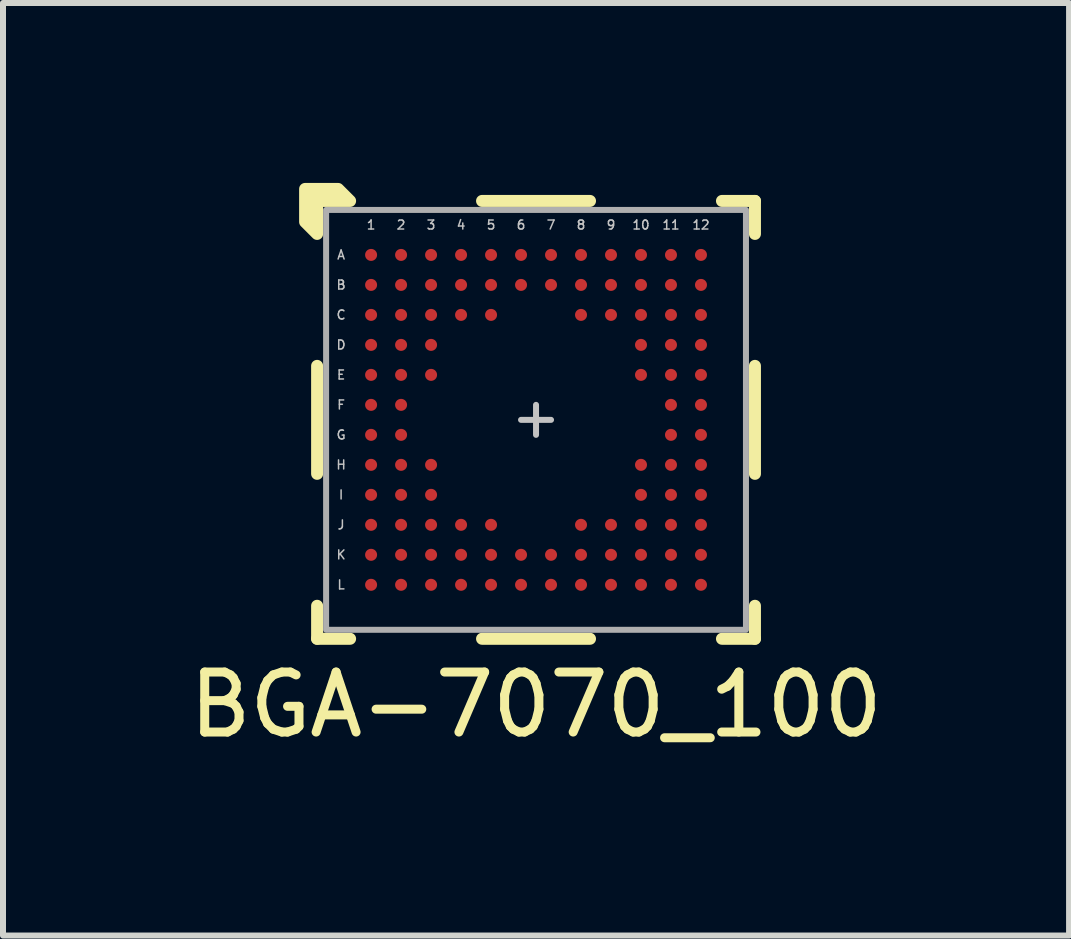
<source format=kicad_pcb>
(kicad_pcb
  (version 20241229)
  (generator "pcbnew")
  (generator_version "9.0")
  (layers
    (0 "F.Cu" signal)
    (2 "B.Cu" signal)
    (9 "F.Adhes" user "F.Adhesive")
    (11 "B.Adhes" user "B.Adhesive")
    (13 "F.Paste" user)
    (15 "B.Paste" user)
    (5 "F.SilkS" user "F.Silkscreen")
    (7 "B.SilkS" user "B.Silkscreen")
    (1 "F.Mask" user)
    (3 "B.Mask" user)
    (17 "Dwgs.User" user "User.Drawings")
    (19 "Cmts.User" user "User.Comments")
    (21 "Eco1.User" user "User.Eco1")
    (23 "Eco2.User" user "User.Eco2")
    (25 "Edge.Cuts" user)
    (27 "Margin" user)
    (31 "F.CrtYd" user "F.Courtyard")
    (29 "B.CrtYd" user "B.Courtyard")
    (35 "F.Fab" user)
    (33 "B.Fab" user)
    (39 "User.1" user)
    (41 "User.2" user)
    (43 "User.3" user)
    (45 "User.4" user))
  (footprint "BGA-7070_100"
    (layer "F.Cu")
    (at 5.887 3.95)
    (property "Reference" "BGA-7070_100" (at 0 4.75 0) (unlocked yes) (layer "F.SilkS") (effects (font (size 1 1) (thickness 0.15))))
    (attr smd)
    (fp_line (start -3.65 -0.9) (end -3.65 0.9) (stroke (width 0.2) (type solid)) (layer "F.SilkS"))
    (fp_line (start -3.65 3.1) (end -3.65 3.65) (stroke (width 0.2) (type solid)) (layer "F.SilkS"))
    (fp_line (start -3.65 3.65) (end -3.1 3.65) (stroke (width 0.2) (type solid)) (layer "F.SilkS"))
    (fp_line (start -0.9 3.65) (end 0.9 3.65) (stroke (width 0.2) (type solid)) (layer "F.SilkS"))
    (fp_line (start 0.9 -3.65) (end -0.9 -3.65) (stroke (width 0.2) (type solid)) (layer "F.SilkS"))
    (fp_line (start 3.1 3.65) (end 3.65 3.65) (stroke (width 0.2) (type solid)) (layer "F.SilkS"))
    (fp_line (start 3.65 -3.65) (end 3.1 -3.65) (stroke (width 0.2) (type solid)) (layer "F.SilkS"))
    (fp_line (start 3.65 -3.1) (end 3.65 -3.65) (stroke (width 0.2) (type solid)) (layer "F.SilkS"))
    (fp_line (start 3.65 0.9) (end 3.65 -0.9) (stroke (width 0.2) (type solid)) (layer "F.SilkS"))
    (fp_line (start 3.65 3.65) (end 3.65 3.1) (stroke (width 0.2) (type solid)) (layer "F.SilkS"))
    (fp_poly (pts (xy -3.1 -3.65) (xy -3.65 -3.65) (xy -3.65 -3.1) (xy -3.85 -3.3) (xy -3.85 -3.85) (xy -3.3 -3.85)) (stroke (width 0.2) (type solid)) (fill yes) (layer "F.SilkS"))
    (fp_line (start -0.25 0) (end 0.25 0) (stroke (width 0.1) (type solid)) (layer "Dwgs.User"))
    (fp_line (start 0 -0.25) (end 0 0.25) (stroke (width 0.1) (type solid)) (layer "Dwgs.User"))
    (fp_rect (start -3.5 -3.5) (end 3.5 3.5) (stroke (width 0.1) (type solid)) (fill no) (layer "F.Fab"))
    (fp_text user "6" (at -0.25 -3.25 0) (unlocked yes) (layer "Dwgs.User") (effects (font (size 0.15 0.15) (thickness 0.025))))
    (fp_text user "A" (at -3.25 -2.75 0) (unlocked yes) (layer "Dwgs.User") (effects (font (size 0.15 0.15) (thickness 0.025))))
    (fp_text user "C" (at -3.25 -1.75 0) (unlocked yes) (layer "Dwgs.User") (effects (font (size 0.15 0.15) (thickness 0.025))))
    (fp_text user "2" (at -2.25 -3.25 0) (unlocked yes) (layer "Dwgs.User") (effects (font (size 0.15 0.15) (thickness 0.025))))
    (fp_text user "D" (at -3.25 -1.25 0) (unlocked yes) (layer "Dwgs.User") (effects (font (size 0.15 0.15) (thickness 0.025))))
    (fp_text user "7" (at 0.25 -3.25 0) (unlocked yes) (layer "Dwgs.User") (effects (font (size 0.15 0.15) (thickness 0.025))))
    (fp_text user "1" (at -2.75 -3.25 0) (unlocked yes) (layer "Dwgs.User") (effects (font (size 0.15 0.15) (thickness 0.025))))
    (fp_text user "5" (at -0.75 -3.25 0) (unlocked yes) (layer "Dwgs.User") (effects (font (size 0.15 0.15) (thickness 0.025))))
    (fp_text user "4" (at -1.25 -3.25 0) (unlocked yes) (layer "Dwgs.User") (effects (font (size 0.15 0.15) (thickness 0.025))))
    (fp_text user "K" (at -3.25 2.25 0) (unlocked yes) (layer "Dwgs.User") (effects (font (size 0.15 0.15) (thickness 0.025))))
    (fp_text user "E" (at -3.25 -0.75 0) (unlocked yes) (layer "Dwgs.User") (effects (font (size 0.15 0.15) (thickness 0.025))))
    (fp_text user "B" (at -3.25 -2.25 0) (unlocked yes) (layer "Dwgs.User") (effects (font (size 0.15 0.15) (thickness 0.025))))
    (fp_text user "3" (at -1.75 -3.25 0) (unlocked yes) (layer "Dwgs.User") (effects (font (size 0.15 0.15) (thickness 0.025))))
    (fp_text user "L" (at -3.25 2.75 0) (unlocked yes) (layer "Dwgs.User") (effects (font (size 0.15 0.15) (thickness 0.025))))
    (fp_text user "G" (at -3.25 0.25 0) (unlocked yes) (layer "Dwgs.User") (effects (font (size 0.15 0.15) (thickness 0.025))))
    (fp_text user "I" (at -3.25 1.25 0) (unlocked yes) (layer "Dwgs.User") (effects (font (size 0.15 0.15) (thickness 0.025))))
    (fp_text user "10" (at 1.75 -3.25 0) (unlocked yes) (layer "Dwgs.User") (effects (font (size 0.15 0.15) (thickness 0.025))))
    (fp_text user "H" (at -3.25 0.75 0) (unlocked yes) (layer "Dwgs.User") (effects (font (size 0.15 0.15) (thickness 0.025))))
    (fp_text user "9" (at 1.25 -3.25 0) (unlocked yes) (layer "Dwgs.User") (effects (font (size 0.15 0.15) (thickness 0.025))))
    (fp_text user "11" (at 2.25 -3.25 0) (unlocked yes) (layer "Dwgs.User") (effects (font (size 0.15 0.15) (thickness 0.025))))
    (fp_text user "J" (at -3.25 1.75 0) (unlocked yes) (layer "Dwgs.User") (effects (font (size 0.15 0.15) (thickness 0.025))))
    (fp_text user "8" (at 0.75 -3.25 0) (unlocked yes) (layer "Dwgs.User") (effects (font (size 0.15 0.15) (thickness 0.025))))
    (fp_text user "12" (at 2.75 -3.25 0) (unlocked yes) (layer "Dwgs.User") (effects (font (size 0.15 0.15) (thickness 0.025))))
    (fp_text user "F" (at -3.25 -0.25 0) (unlocked yes) (layer "Dwgs.User") (effects (font (size 0.15 0.15) (thickness 0.025))))
    (pad "A1" smd circle (at -2.75 -2.75) (size 0.2 0.2) (layers "F.Cu" "F.Mask" "F.Paste"))
    (pad "A2" smd circle (at -2.25 -2.75) (size 0.2 0.2) (layers "F.Cu" "F.Mask" "F.Paste"))
    (pad "A3" smd circle (at -1.75 -2.75) (size 0.2 0.2) (layers "F.Cu" "F.Mask" "F.Paste"))
    (pad "A4" smd circle (at -1.25 -2.75) (size 0.2 0.2) (layers "F.Cu" "F.Mask" "F.Paste"))
    (pad "A5" smd circle (at -0.75 -2.75) (size 0.2 0.2) (layers "F.Cu" "F.Mask" "F.Paste"))
    (pad "A6" smd circle (at -0.25 -2.75) (size 0.2 0.2) (layers "F.Cu" "F.Mask" "F.Paste"))
    (pad "A7" smd circle (at 0.25 -2.75) (size 0.2 0.2) (layers "F.Cu" "F.Mask" "F.Paste"))
    (pad "A8" smd circle (at 0.75 -2.75) (size 0.2 0.2) (layers "F.Cu" "F.Mask" "F.Paste"))
    (pad "A9" smd circle (at 1.25 -2.75) (size 0.2 0.2) (layers "F.Cu" "F.Mask" "F.Paste"))
    (pad "A10" smd circle (at 1.75 -2.75) (size 0.2 0.2) (layers "F.Cu" "F.Mask" "F.Paste"))
    (pad "A11" smd circle (at 2.25 -2.75) (size 0.2 0.2) (layers "F.Cu" "F.Mask" "F.Paste"))
    (pad "A12" smd circle (at 2.75 -2.75) (size 0.2 0.2) (layers "F.Cu" "F.Mask" "F.Paste"))
    (pad "B1" smd circle (at -2.75 -2.25) (size 0.2 0.2) (layers "F.Cu" "F.Mask" "F.Paste"))
    (pad "B2" smd circle (at -2.25 -2.25) (size 0.2 0.2) (layers "F.Cu" "F.Mask" "F.Paste"))
    (pad "B3" smd circle (at -1.75 -2.25) (size 0.2 0.2) (layers "F.Cu" "F.Mask" "F.Paste"))
    (pad "B4" smd circle (at -1.25 -2.25) (size 0.2 0.2) (layers "F.Cu" "F.Mask" "F.Paste"))
    (pad "B5" smd circle (at -0.75 -2.25) (size 0.2 0.2) (layers "F.Cu" "F.Mask" "F.Paste"))
    (pad "B6" smd circle (at -0.25 -2.25) (size 0.2 0.2) (layers "F.Cu" "F.Mask" "F.Paste"))
    (pad "B7" smd circle (at 0.25 -2.25) (size 0.2 0.2) (layers "F.Cu" "F.Mask" "F.Paste"))
    (pad "B8" smd circle (at 0.75 -2.25) (size 0.2 0.2) (layers "F.Cu" "F.Mask" "F.Paste"))
    (pad "B9" smd circle (at 1.25 -2.25) (size 0.2 0.2) (layers "F.Cu" "F.Mask" "F.Paste"))
    (pad "B10" smd circle (at 1.75 -2.25) (size 0.2 0.2) (layers "F.Cu" "F.Mask" "F.Paste"))
    (pad "B11" smd circle (at 2.25 -2.25) (size 0.2 0.2) (layers "F.Cu" "F.Mask" "F.Paste"))
    (pad "B12" smd circle (at 2.75 -2.25) (size 0.2 0.2) (layers "F.Cu" "F.Mask" "F.Paste"))
    (pad "C1" smd circle (at -2.75 -1.75) (size 0.2 0.2) (layers "F.Cu" "F.Mask" "F.Paste"))
    (pad "C2" smd circle (at -2.25 -1.75) (size 0.2 0.2) (layers "F.Cu" "F.Mask" "F.Paste"))
    (pad "C3" smd circle (at -1.75 -1.75) (size 0.2 0.2) (layers "F.Cu" "F.Mask" "F.Paste"))
    (pad "C4" smd circle (at -1.25 -1.75) (size 0.2 0.2) (layers "F.Cu" "F.Mask" "F.Paste"))
    (pad "C5" smd circle (at -0.75 -1.75) (size 0.2 0.2) (layers "F.Cu" "F.Mask" "F.Paste"))
    (pad "C8" smd circle (at 0.75 -1.75) (size 0.2 0.2) (layers "F.Cu" "F.Mask" "F.Paste"))
    (pad "C9" smd circle (at 1.25 -1.75) (size 0.2 0.2) (layers "F.Cu" "F.Mask" "F.Paste"))
    (pad "C10" smd circle (at 1.75 -1.75) (size 0.2 0.2) (layers "F.Cu" "F.Mask" "F.Paste"))
    (pad "C11" smd circle (at 2.25 -1.75) (size 0.2 0.2) (layers "F.Cu" "F.Mask" "F.Paste"))
    (pad "C12" smd circle (at 2.75 -1.75) (size 0.2 0.2) (layers "F.Cu" "F.Mask" "F.Paste"))
    (pad "D1" smd circle (at -2.75 -1.25) (size 0.2 0.2) (layers "F.Cu" "F.Mask" "F.Paste"))
    (pad "D2" smd circle (at -2.25 -1.25) (size 0.2 0.2) (layers "F.Cu" "F.Mask" "F.Paste"))
    (pad "D3" smd circle (at -1.75 -1.25) (size 0.2 0.2) (layers "F.Cu" "F.Mask" "F.Paste"))
    (pad "D10" smd circle (at 1.75 -1.25) (size 0.2 0.2) (layers "F.Cu" "F.Mask" "F.Paste"))
    (pad "D11" smd circle (at 2.25 -1.25) (size 0.2 0.2) (layers "F.Cu" "F.Mask" "F.Paste"))
    (pad "D12" smd circle (at 2.75 -1.25) (size 0.2 0.2) (layers "F.Cu" "F.Mask" "F.Paste"))
    (pad "E1" smd circle (at -2.75 -0.75) (size 0.2 0.2) (layers "F.Cu" "F.Mask" "F.Paste"))
    (pad "E2" smd circle (at -2.25 -0.75) (size 0.2 0.2) (layers "F.Cu" "F.Mask" "F.Paste"))
    (pad "E3" smd circle (at -1.75 -0.75) (size 0.2 0.2) (layers "F.Cu" "F.Mask" "F.Paste"))
    (pad "E10" smd circle (at 1.75 -0.75) (size 0.2 0.2) (layers "F.Cu" "F.Mask" "F.Paste"))
    (pad "E11" smd circle (at 2.25 -0.75) (size 0.2 0.2) (layers "F.Cu" "F.Mask" "F.Paste"))
    (pad "E12" smd circle (at 2.75 -0.75) (size 0.2 0.2) (layers "F.Cu" "F.Mask" "F.Paste"))
    (pad "F1" smd circle (at -2.75 -0.25) (size 0.2 0.2) (layers "F.Cu" "F.Mask" "F.Paste"))
    (pad "F2" smd circle (at -2.25 -0.25) (size 0.2 0.2) (layers "F.Cu" "F.Mask" "F.Paste"))
    (pad "F11" smd circle (at 2.25 -0.25) (size 0.2 0.2) (layers "F.Cu" "F.Mask" "F.Paste"))
    (pad "F12" smd circle (at 2.75 -0.25) (size 0.2 0.2) (layers "F.Cu" "F.Mask" "F.Paste"))
    (pad "G1" smd circle (at -2.75 0.25) (size 0.2 0.2) (layers "F.Cu" "F.Mask" "F.Paste"))
    (pad "G2" smd circle (at -2.25 0.25) (size 0.2 0.2) (layers "F.Cu" "F.Mask" "F.Paste"))
    (pad "G11" smd circle (at 2.25 0.25) (size 0.2 0.2) (layers "F.Cu" "F.Mask" "F.Paste"))
    (pad "G12" smd circle (at 2.75 0.25) (size 0.2 0.2) (layers "F.Cu" "F.Mask" "F.Paste"))
    (pad "H1" smd circle (at -2.75 0.75) (size 0.2 0.2) (layers "F.Cu" "F.Mask" "F.Paste"))
    (pad "H2" smd circle (at -2.25 0.75) (size 0.2 0.2) (layers "F.Cu" "F.Mask" "F.Paste"))
    (pad "H3" smd circle (at -1.75 0.75) (size 0.2 0.2) (layers "F.Cu" "F.Mask" "F.Paste"))
    (pad "H10" smd circle (at 1.75 0.75) (size 0.2 0.2) (layers "F.Cu" "F.Mask" "F.Paste"))
    (pad "H11" smd circle (at 2.25 0.75) (size 0.2 0.2) (layers "F.Cu" "F.Mask" "F.Paste"))
    (pad "H12" smd circle (at 2.75 0.75) (size 0.2 0.2) (layers "F.Cu" "F.Mask" "F.Paste"))
    (pad "I1" smd circle (at -2.75 1.25) (size 0.2 0.2) (layers "F.Cu" "F.Mask" "F.Paste"))
    (pad "I2" smd circle (at -2.25 1.25) (size 0.2 0.2) (layers "F.Cu" "F.Mask" "F.Paste"))
    (pad "I3" smd circle (at -1.75 1.25) (size 0.2 0.2) (layers "F.Cu" "F.Mask" "F.Paste"))
    (pad "I10" smd circle (at 1.75 1.25) (size 0.2 0.2) (layers "F.Cu" "F.Mask" "F.Paste"))
    (pad "I11" smd circle (at 2.25 1.25) (size 0.2 0.2) (layers "F.Cu" "F.Mask" "F.Paste"))
    (pad "I12" smd circle (at 2.75 1.25) (size 0.2 0.2) (layers "F.Cu" "F.Mask" "F.Paste"))
    (pad "J1" smd circle (at -2.75 1.75) (size 0.2 0.2) (layers "F.Cu" "F.Mask" "F.Paste"))
    (pad "J2" smd circle (at -2.25 1.75) (size 0.2 0.2) (layers "F.Cu" "F.Mask" "F.Paste"))
    (pad "J3" smd circle (at -1.75 1.75) (size 0.2 0.2) (layers "F.Cu" "F.Mask" "F.Paste"))
    (pad "J4" smd circle (at -1.25 1.75) (size 0.2 0.2) (layers "F.Cu" "F.Mask" "F.Paste"))
    (pad "J5" smd circle (at -0.75 1.75) (size 0.2 0.2) (layers "F.Cu" "F.Mask" "F.Paste"))
    (pad "J8" smd circle (at 0.75 1.75) (size 0.2 0.2) (layers "F.Cu" "F.Mask" "F.Paste"))
    (pad "J9" smd circle (at 1.25 1.75) (size 0.2 0.2) (layers "F.Cu" "F.Mask" "F.Paste"))
    (pad "J10" smd circle (at 1.75 1.75) (size 0.2 0.2) (layers "F.Cu" "F.Mask" "F.Paste"))
    (pad "J11" smd circle (at 2.25 1.75) (size 0.2 0.2) (layers "F.Cu" "F.Mask" "F.Paste"))
    (pad "J12" smd circle (at 2.75 1.75) (size 0.2 0.2) (layers "F.Cu" "F.Mask" "F.Paste"))
    (pad "K1" smd circle (at -2.75 2.25) (size 0.2 0.2) (layers "F.Cu" "F.Mask" "F.Paste"))
    (pad "K2" smd circle (at -2.25 2.25) (size 0.2 0.2) (layers "F.Cu" "F.Mask" "F.Paste"))
    (pad "K3" smd circle (at -1.75 2.25) (size 0.2 0.2) (layers "F.Cu" "F.Mask" "F.Paste"))
    (pad "K4" smd circle (at -1.25 2.25) (size 0.2 0.2) (layers "F.Cu" "F.Mask" "F.Paste"))
    (pad "K5" smd circle (at -0.75 2.25) (size 0.2 0.2) (layers "F.Cu" "F.Mask" "F.Paste"))
    (pad "K6" smd circle (at -0.25 2.25) (size 0.2 0.2) (layers "F.Cu" "F.Mask" "F.Paste"))
    (pad "K7" smd circle (at 0.25 2.25) (size 0.2 0.2) (layers "F.Cu" "F.Mask" "F.Paste"))
    (pad "K8" smd circle (at 0.75 2.25) (size 0.2 0.2) (layers "F.Cu" "F.Mask" "F.Paste"))
    (pad "K9" smd circle (at 1.25 2.25) (size 0.2 0.2) (layers "F.Cu" "F.Mask" "F.Paste"))
    (pad "K10" smd circle (at 1.75 2.25) (size 0.2 0.2) (layers "F.Cu" "F.Mask" "F.Paste"))
    (pad "K11" smd circle (at 2.25 2.25) (size 0.2 0.2) (layers "F.Cu" "F.Mask" "F.Paste"))
    (pad "K12" smd circle (at 2.75 2.25) (size 0.2 0.2) (layers "F.Cu" "F.Mask" "F.Paste"))
    (pad "L1" smd circle (at -2.75 2.75) (size 0.2 0.2) (layers "F.Cu" "F.Mask" "F.Paste"))
    (pad "L2" smd circle (at -2.25 2.75) (size 0.2 0.2) (layers "F.Cu" "F.Mask" "F.Paste"))
    (pad "L3" smd circle (at -1.75 2.75) (size 0.2 0.2) (layers "F.Cu" "F.Mask" "F.Paste"))
    (pad "L4" smd circle (at -1.25 2.75) (size 0.2 0.2) (layers "F.Cu" "F.Mask" "F.Paste"))
    (pad "L5" smd circle (at -0.75 2.75) (size 0.2 0.2) (layers "F.Cu" "F.Mask" "F.Paste"))
    (pad "L6" smd circle (at -0.25 2.75) (size 0.2 0.2) (layers "F.Cu" "F.Mask" "F.Paste"))
    (pad "L7" smd circle (at 0.25 2.75) (size 0.2 0.2) (layers "F.Cu" "F.Mask" "F.Paste"))
    (pad "L8" smd circle (at 0.75 2.75) (size 0.2 0.2) (layers "F.Cu" "F.Mask" "F.Paste"))
    (pad "L9" smd circle (at 1.25 2.75) (size 0.2 0.2) (layers "F.Cu" "F.Mask" "F.Paste"))
    (pad "L10" smd circle (at 1.75 2.75) (size 0.2 0.2) (layers "F.Cu" "F.Mask" "F.Paste"))
    (pad "L11" smd circle (at 2.25 2.75) (size 0.2 0.2) (layers "F.Cu" "F.Mask" "F.Paste"))
    (pad "L12" smd circle (at 2.75 2.75) (size 0.2 0.2) (layers "F.Cu" "F.Mask" "F.Paste")))
  (gr_rect
    (start -3 -3)
    (end 14.774 12.548)
    (stroke (width 0.1) (type default))
    (fill no)
    (layer "Edge.Cuts")))
</source>
